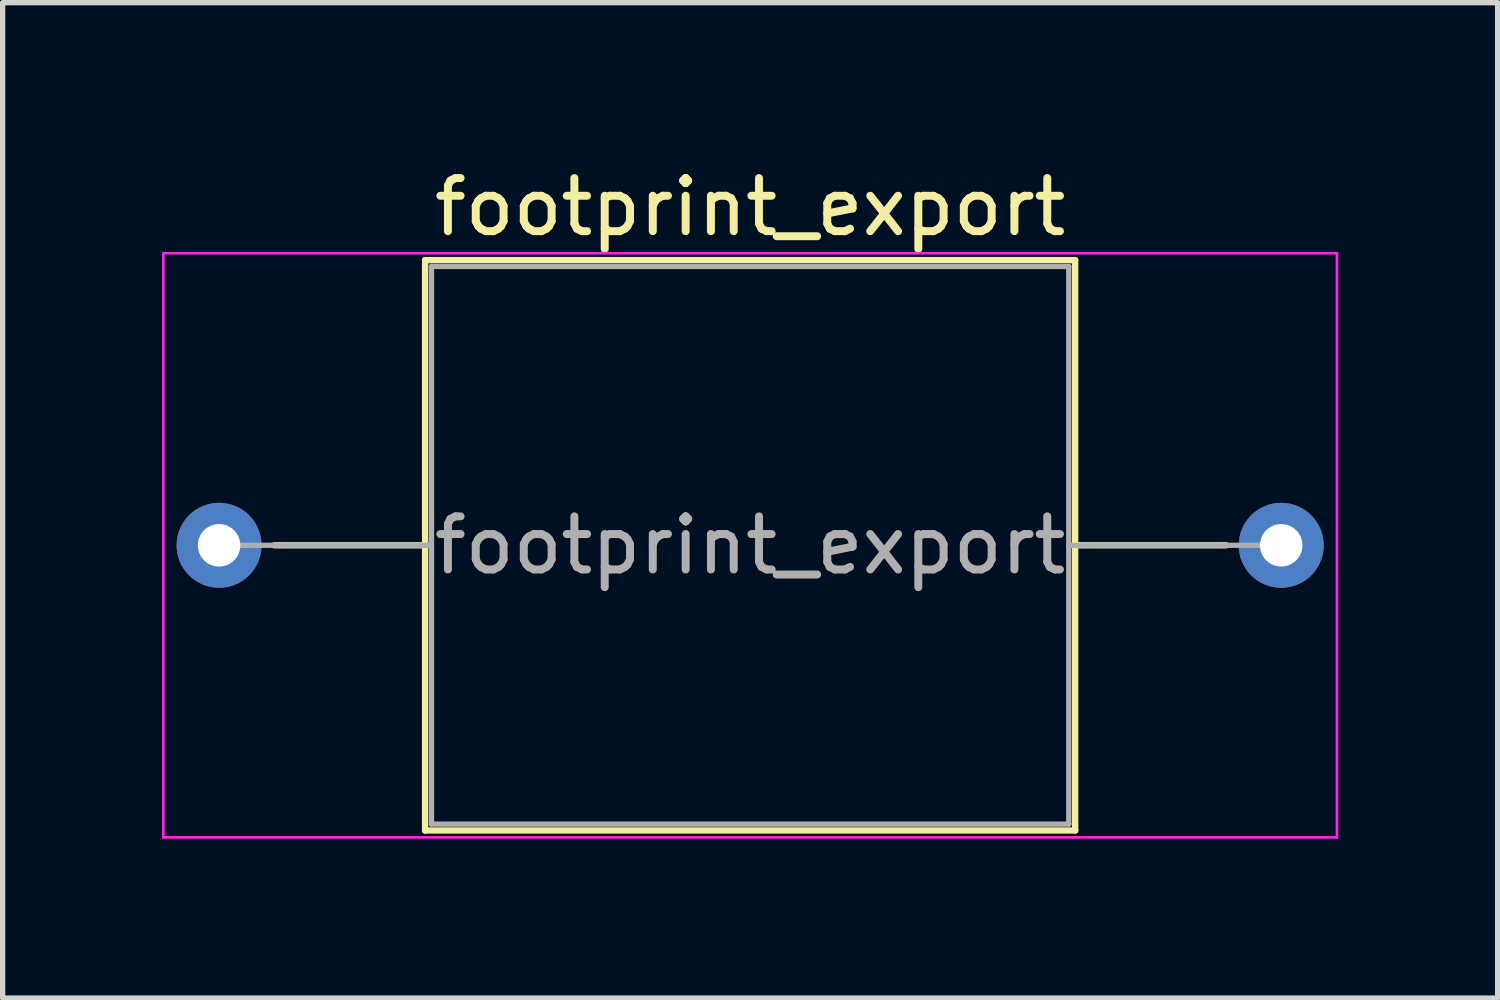
<source format=kicad_pcb>
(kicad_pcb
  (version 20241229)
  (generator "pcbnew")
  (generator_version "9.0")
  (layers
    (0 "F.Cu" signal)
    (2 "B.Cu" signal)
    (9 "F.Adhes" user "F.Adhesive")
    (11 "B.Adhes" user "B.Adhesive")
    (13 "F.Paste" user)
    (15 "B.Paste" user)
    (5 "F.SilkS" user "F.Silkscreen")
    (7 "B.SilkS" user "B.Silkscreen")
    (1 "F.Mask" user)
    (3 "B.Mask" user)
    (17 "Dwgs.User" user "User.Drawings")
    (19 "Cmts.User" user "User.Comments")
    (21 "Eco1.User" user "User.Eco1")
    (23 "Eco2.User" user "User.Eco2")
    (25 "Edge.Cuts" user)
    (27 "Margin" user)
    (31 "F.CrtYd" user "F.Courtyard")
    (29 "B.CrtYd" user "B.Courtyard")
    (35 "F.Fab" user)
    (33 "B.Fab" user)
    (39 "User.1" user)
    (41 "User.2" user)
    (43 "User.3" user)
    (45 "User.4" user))
  (footprint "footprint_export"
    (layer "F.Cu")
    (at 1.075 7.218)
    (property "Reference" "footprint_export" (at 10 -6.37 0) (layer "F.SilkS") (effects (font (size 1 1) (thickness 0.15))))
    (attr through_hole)
    (fp_line (start 1.04 0) (end 3.88 0) (stroke (width 0.12) (type solid)) (layer "F.SilkS"))
    (fp_line (start 3.88 -5.37) (end 3.88 5.37) (stroke (width 0.12) (type solid)) (layer "F.SilkS"))
    (fp_line (start 3.88 5.37) (end 16.12 5.37) (stroke (width 0.12) (type solid)) (layer "F.SilkS"))
    (fp_line (start 16.12 -5.37) (end 3.88 -5.37) (stroke (width 0.12) (type solid)) (layer "F.SilkS"))
    (fp_line (start 16.12 5.37) (end 16.12 -5.37) (stroke (width 0.12) (type solid)) (layer "F.SilkS"))
    (fp_line (start 18.96 0) (end 16.12 0) (stroke (width 0.12) (type solid)) (layer "F.SilkS"))
    (fp_line (start -1.05 -5.5) (end -1.05 5.5) (stroke (width 0.05) (type solid)) (layer "F.CrtYd"))
    (fp_line (start -1.05 5.5) (end 21.05 5.5) (stroke (width 0.05) (type solid)) (layer "F.CrtYd"))
    (fp_line (start 21.05 -5.5) (end -1.05 -5.5) (stroke (width 0.05) (type solid)) (layer "F.CrtYd"))
    (fp_line (start 21.05 5.5) (end 21.05 -5.5) (stroke (width 0.05) (type solid)) (layer "F.CrtYd"))
    (fp_line (start 0 0) (end 4 0) (stroke (width 0.1) (type solid)) (layer "F.Fab"))
    (fp_line (start 4 -5.25) (end 4 5.25) (stroke (width 0.1) (type solid)) (layer "F.Fab"))
    (fp_line (start 4 5.25) (end 16 5.25) (stroke (width 0.1) (type solid)) (layer "F.Fab"))
    (fp_line (start 16 -5.25) (end 4 -5.25) (stroke (width 0.1) (type solid)) (layer "F.Fab"))
    (fp_line (start 16 5.25) (end 16 -5.25) (stroke (width 0.1) (type solid)) (layer "F.Fab"))
    (fp_line (start 20 0) (end 16 0) (stroke (width 0.1) (type solid)) (layer "F.Fab"))
    (fp_text user "${REFERENCE}" (at 10 0 0) (layer "F.Fab") (effects (font (size 1 1) (thickness 0.15))))
    (pad "1" thru_hole circle (at 0 0) (size 1.6 1.6) (drill 0.8) (layers "*.Cu" "*.Mask"))
    (pad "2" thru_hole oval (at 20 0) (size 1.6 1.6) (drill 0.8) (layers "*.Cu" "*.Mask")))
  (gr_rect
    (start -3 -3)
    (end 25.15 15.743)
    (stroke (width 0.1) (type default))
    (fill no)
    (layer "Edge.Cuts")))
</source>
